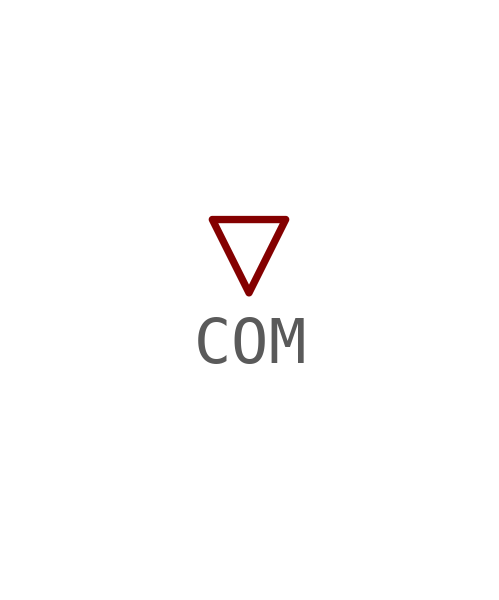
<source format=kicad_sym>
(kicad_symbol_lib
  (version 20211014)
  (generator kicad_symbol_editor)
  (symbol "COM"
    (power)
    (pin_names
      (offset 0))
    (property "Reference" "#PWR"
      (at 6.985 0 90)
      (effects (font (size 1.524 1.524)) hide))
    (symbol "COM_0_1"
      (polyline (pts (xy -0.762 0) (xy 0.762 0) (xy 0 -1.524) (xy -0.762 0)) (stroke (width 0) (type default) (color 0 0 0 0)) (fill (type none))))
    (symbol "COM_1_1"
      (pin power_in line (at 0 0 270) (length 0) hide (name "COM" (effects (font (size 1.27 1.27)))) (number "1" (effects (font (size 1.27 1.27))))))))
</source>
